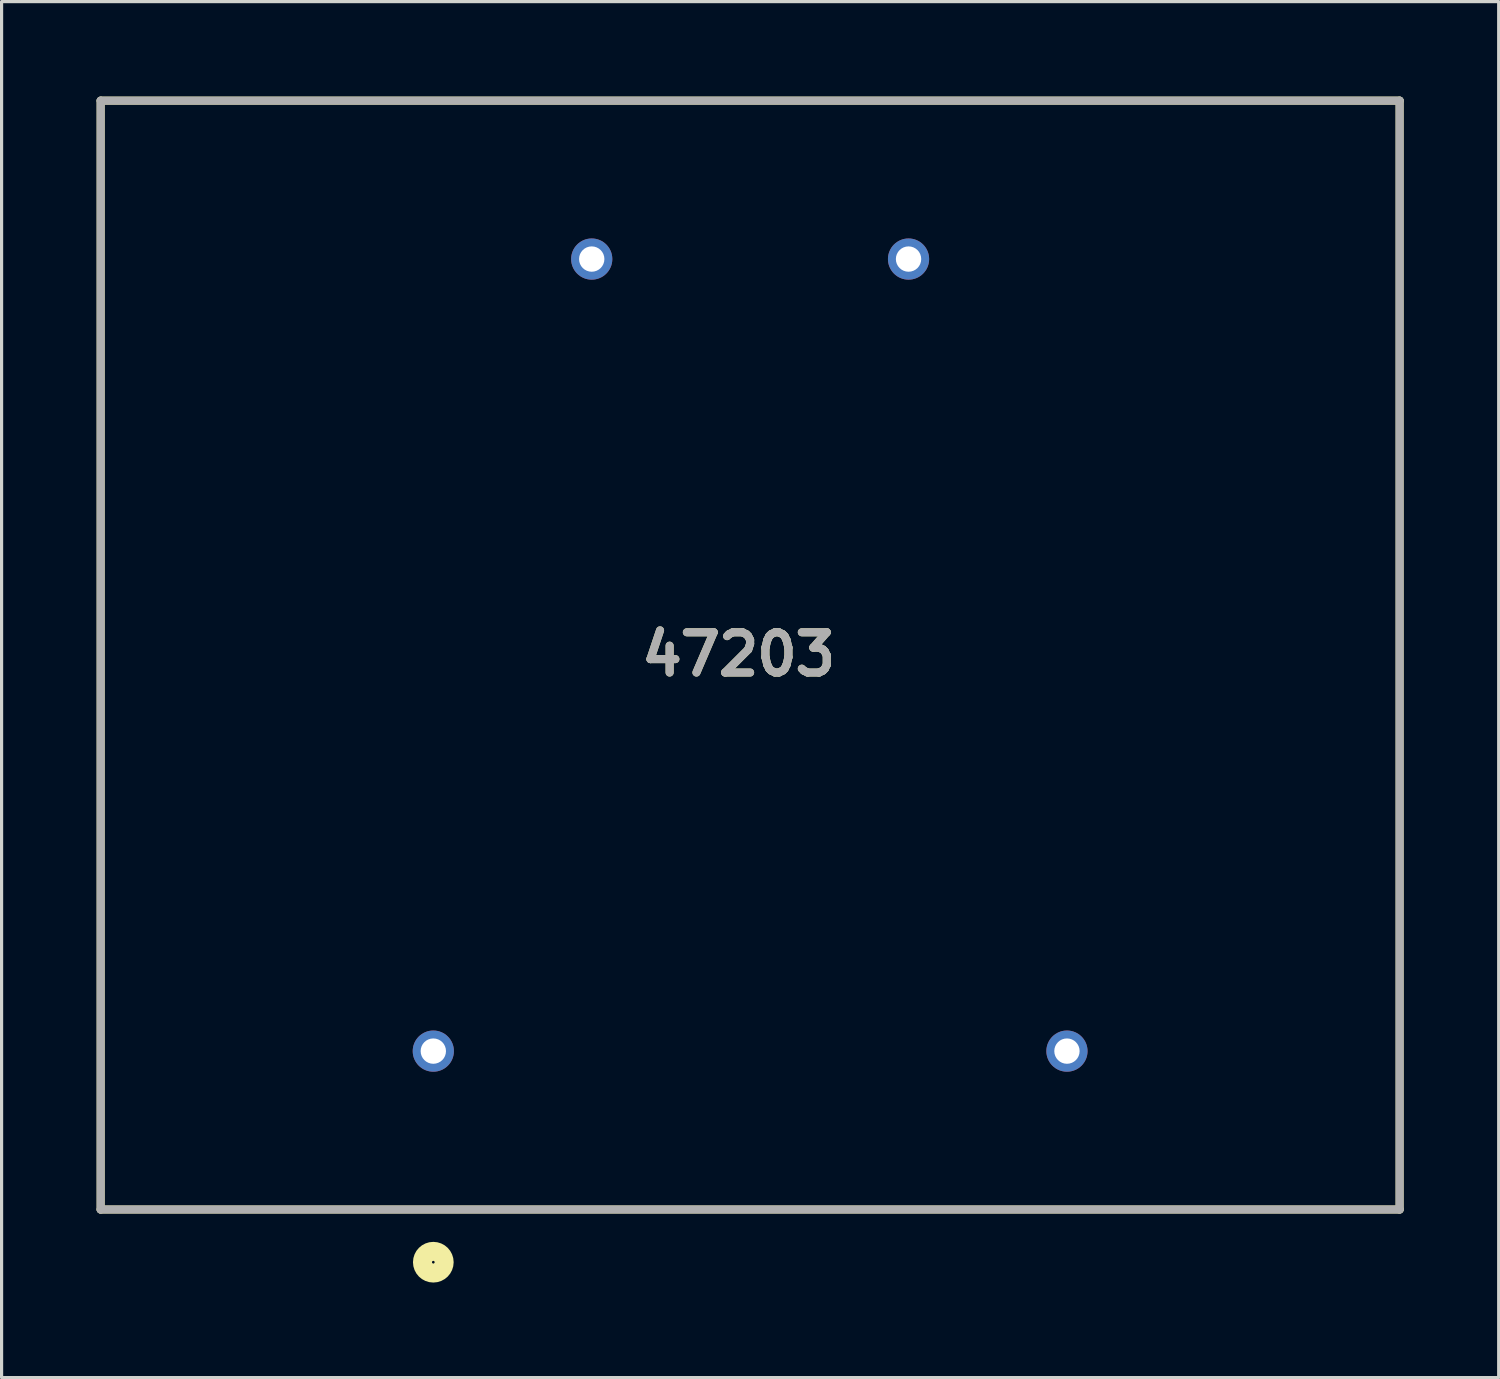
<source format=kicad_pcb>
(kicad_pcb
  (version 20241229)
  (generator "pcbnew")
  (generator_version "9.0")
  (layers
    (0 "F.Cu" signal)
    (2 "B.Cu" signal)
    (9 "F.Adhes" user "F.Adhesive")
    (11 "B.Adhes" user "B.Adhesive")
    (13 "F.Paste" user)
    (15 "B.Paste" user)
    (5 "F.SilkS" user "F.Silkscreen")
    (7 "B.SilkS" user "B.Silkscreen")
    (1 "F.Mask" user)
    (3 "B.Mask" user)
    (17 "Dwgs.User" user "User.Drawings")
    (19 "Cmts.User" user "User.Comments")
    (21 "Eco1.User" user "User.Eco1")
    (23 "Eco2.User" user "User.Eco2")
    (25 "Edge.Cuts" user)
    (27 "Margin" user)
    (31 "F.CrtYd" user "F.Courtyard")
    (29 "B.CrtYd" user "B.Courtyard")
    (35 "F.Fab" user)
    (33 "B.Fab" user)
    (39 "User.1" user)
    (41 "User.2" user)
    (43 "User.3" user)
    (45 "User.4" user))
  (footprint "47203"
    (layer "F.Cu")
    (at 20.627 17.627)
    (property "Reference" "47203" (at -0.364 -0.024 0) (layer "F.SilkS") (effects (font (size 1.27 1.27) (thickness 0.254))))
    (attr through_hole)
    (fp_line (start -20.5 -17.5) (end -20.5 17.5) (stroke (width 0.254) (type solid)) (layer "F.SilkS"))
    (fp_line (start -20.5 17.5) (end 20.5 17.5) (stroke (width 0.254) (type solid)) (layer "F.SilkS"))
    (fp_line (start 20.5 -17.5) (end -20.5 -17.5) (stroke (width 0.254) (type solid)) (layer "F.SilkS"))
    (fp_line (start 20.5 17.5) (end 20.5 -17.5) (stroke (width 0.254) (type solid)) (layer "F.SilkS"))
    (fp_circle (center -10 19.163) (end -10 19.505) (stroke (width 0.6) (type solid)) (fill no) (layer "F.SilkS"))
    (fp_line (start -20.5 -17.5) (end 20.5 -17.5) (stroke (width 0.254) (type solid)) (layer "F.Fab"))
    (fp_line (start -20.5 17.5) (end -20.5 -17.5) (stroke (width 0.254) (type solid)) (layer "F.Fab"))
    (fp_line (start 20.5 -17.5) (end 20.5 17.5) (stroke (width 0.254) (type solid)) (layer "F.Fab"))
    (fp_line (start 20.5 17.5) (end -20.5 17.5) (stroke (width 0.254) (type solid)) (layer "F.Fab"))
    (fp_text user "${REFERENCE}" (at -0.364 -0.024 0) (layer "F.Fab") (effects (font (size 1.27 1.27) (thickness 0.254))))
    (pad "1" thru_hole circle (at -10 12.5) (size 1.3 1.3) (drill 0.8) (layers "*.Cu" "*.Mask"))
    (pad "5" thru_hole circle (at 10 12.5) (size 1.3 1.3) (drill 0.8) (layers "*.Cu" "*.Mask"))
    (pad "7" thru_hole circle (at 5 -12.5) (size 1.3 1.3) (drill 0.8) (layers "*.Cu" "*.Mask"))
    (pad "9" thru_hole circle (at -5 -12.5) (size 1.3 1.3) (drill 0.8) (layers "*.Cu" "*.Mask")))
  (gr_rect
    (start -3 -3)
    (end 44.254 40.432)
    (stroke (width 0.1) (type default))
    (fill no)
    (layer "Edge.Cuts")))
</source>
